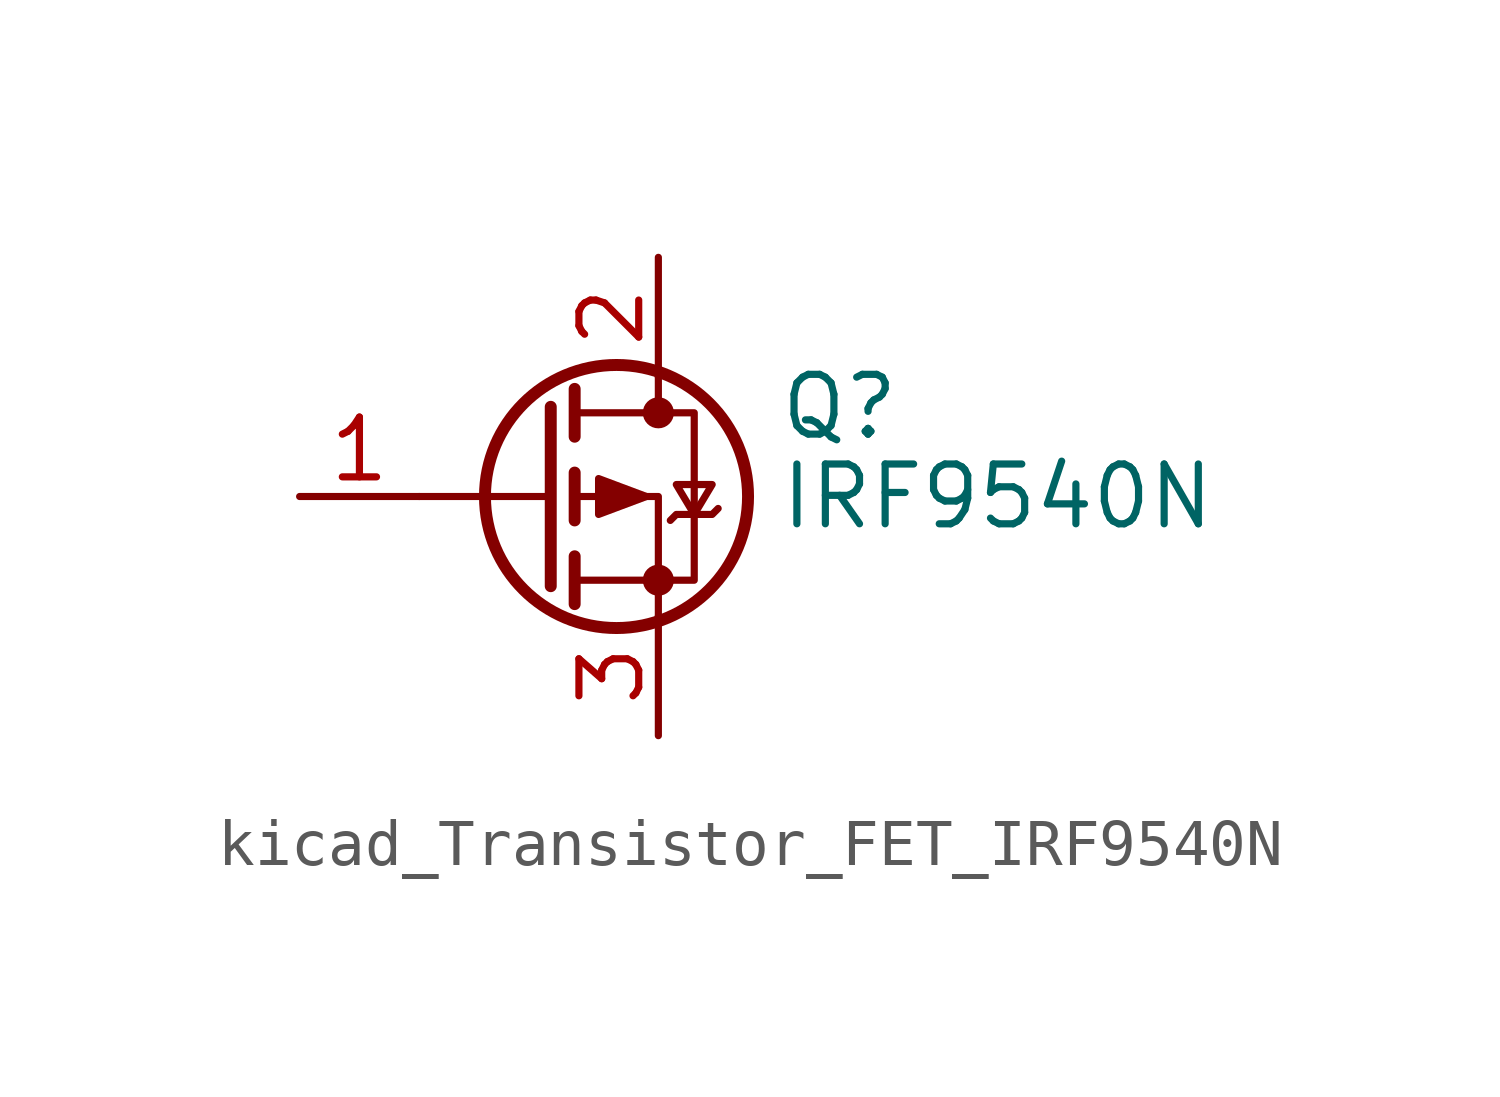
<source format=kicad_sym>
(kicad_symbol_lib
  (version 20220914)
  (generator kicad_symbol_editor)
  (symbol "kicad_Transistor_FET_IRF9540N"
    (pin_names hide)
    (property "Reference" "Q"
      (at 5.08 1.905 0)
      (effects (font (size 1.27 1.27)) (justify left)))
    (property "Value" "IRF9540N"
      (at 5.08 0 0)
      (effects (font (size 1.27 1.27)) (justify left)))
    (symbol "kicad_Transistor_FET_IRF9540N_0_1"
      (polyline (pts (xy 0.254 0) (xy -2.54 0)) (stroke (width 0) (type default)) (fill (type none)))
      (polyline (pts (xy 0.254 1.905) (xy 0.254 -1.905)) (stroke (width 0.254) (type default)) (fill (type none)))
      (polyline (pts (xy 0.762 -1.27) (xy 0.762 -2.286)) (stroke (width 0.254) (type default)) (fill (type none)))
      (polyline (pts (xy 0.762 0.508) (xy 0.762 -0.508)) (stroke (width 0.254) (type default)) (fill (type none)))
      (polyline (pts (xy 0.762 2.286) (xy 0.762 1.27)) (stroke (width 0.254) (type default)) (fill (type none)))
      (polyline (pts (xy 2.54 2.54) (xy 2.54 1.778)) (stroke (width 0) (type default)) (fill (type none)))
      (polyline (pts (xy 2.54 -2.54) (xy 2.54 0) (xy 0.762 0)) (stroke (width 0) (type default)) (fill (type none)))
      (polyline (pts (xy 0.762 1.778) (xy 3.302 1.778) (xy 3.302 -1.778) (xy 0.762 -1.778)) (stroke (width 0) (type default)) (fill (type none)))
      (polyline (pts (xy 2.286 0) (xy 1.27 0.381) (xy 1.27 -0.381) (xy 2.286 0)) (stroke (width 0) (type default)) (fill (type outline)))
      (polyline (pts (xy 2.794 -0.508) (xy 2.921 -0.381) (xy 3.683 -0.381) (xy 3.81 -0.254)) (stroke (width 0) (type default)) (fill (type none)))
      (polyline (pts (xy 3.302 -0.381) (xy 2.921 0.254) (xy 3.683 0.254) (xy 3.302 -0.381)) (stroke (width 0) (type default)) (fill (type none)))
      (circle (center 1.651 0) (radius 2.794) (stroke (width 0.254) (type default)) (fill (type none)))
      (circle (center 2.54 -1.778) (radius 0.254) (stroke (width 0) (type default)) (fill (type outline)))
      (circle (center 2.54 1.778) (radius 0.254) (stroke (width 0) (type default)) (fill (type outline))))
    (symbol "kicad_Transistor_FET_IRF9540N_1_1"
      (pin input line (at -5.08 0 0) (length 2.54) (name "G" (effects (font (size 1.27 1.27)))) (number "1" (effects (font (size 1.27 1.27)))))
      (pin passive line (at 2.54 5.08 270) (length 2.54) (name "D" (effects (font (size 1.27 1.27)))) (number "2" (effects (font (size 1.27 1.27)))))
      (pin passive line (at 2.54 -5.08 90) (length 2.54) (name "S" (effects (font (size 1.27 1.27)))) (number "3" (effects (font (size 1.27 1.27))))))))
</source>
